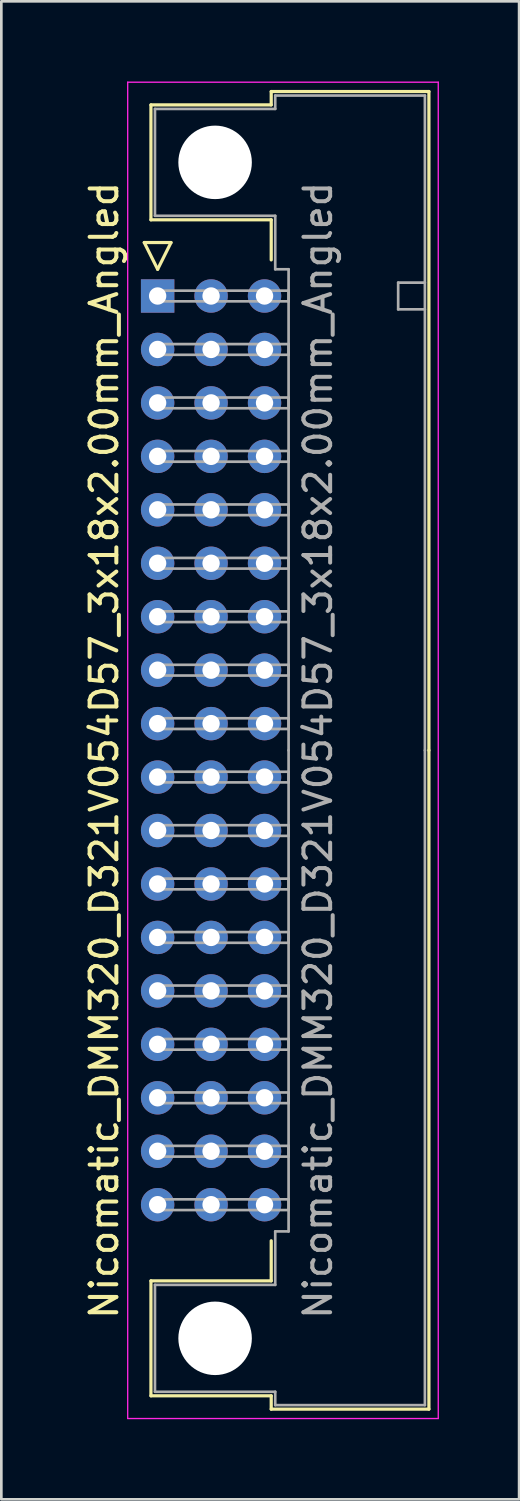
<source format=kicad_pcb>
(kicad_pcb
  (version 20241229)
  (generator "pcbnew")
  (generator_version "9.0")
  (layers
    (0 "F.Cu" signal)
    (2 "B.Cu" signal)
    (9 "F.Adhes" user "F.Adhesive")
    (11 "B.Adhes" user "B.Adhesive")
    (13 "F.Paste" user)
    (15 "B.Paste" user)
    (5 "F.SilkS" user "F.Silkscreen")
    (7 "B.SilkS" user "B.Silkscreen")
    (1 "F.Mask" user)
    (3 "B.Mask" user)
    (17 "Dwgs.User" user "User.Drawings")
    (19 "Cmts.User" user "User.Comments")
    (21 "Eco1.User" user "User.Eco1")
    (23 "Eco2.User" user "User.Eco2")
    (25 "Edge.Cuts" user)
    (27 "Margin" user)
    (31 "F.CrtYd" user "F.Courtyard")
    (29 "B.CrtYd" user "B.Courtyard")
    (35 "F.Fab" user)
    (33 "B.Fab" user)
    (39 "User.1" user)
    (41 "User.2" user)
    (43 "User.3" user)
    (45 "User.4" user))
  (footprint "Nicomatic_DMM320_D321V054D57_3x18x2.00mm_Angled"
    (layer "F.Cu")
    (at 2.848 8.025)
    (property "Reference" "Nicomatic_DMM320_D321V054D57_3x18x2.00mm_Angled" (at -2 17 90) (layer "F.SilkS") (effects (font (size 1 1) (thickness 0.15))))
    (attr through_hole)
    (fp_line (start -0.5 -2) (end 0 -1) (stroke (width 0.12) (type solid)) (layer "F.SilkS"))
    (fp_line (start -0.25 -7.15) (end -0.25 -2.85) (stroke (width 0.12) (type solid)) (layer "F.SilkS"))
    (fp_line (start -0.25 -2.85) (end 4.25 -2.85) (stroke (width 0.12) (type solid)) (layer "F.SilkS"))
    (fp_line (start -0.25 36.85) (end 4.25 36.85) (stroke (width 0.12) (type solid)) (layer "F.SilkS"))
    (fp_line (start -0.25 41.15) (end -0.25 36.85) (stroke (width 0.12) (type solid)) (layer "F.SilkS"))
    (fp_line (start 0 -1) (end 0.5 -2) (stroke (width 0.12) (type solid)) (layer "F.SilkS"))
    (fp_line (start 0.5 -2) (end -0.5 -2) (stroke (width 0.12) (type solid)) (layer "F.SilkS"))
    (fp_line (start 4.25 -7.65) (end 4.25 -7.15) (stroke (width 0.12) (type solid)) (layer "F.SilkS"))
    (fp_line (start 4.25 -7.15) (end -0.25 -7.15) (stroke (width 0.12) (type solid)) (layer "F.SilkS"))
    (fp_line (start 4.25 -2.85) (end 4.25 -1.35) (stroke (width 0.12) (type solid)) (layer "F.SilkS"))
    (fp_line (start 4.25 36.85) (end 4.25 35.35) (stroke (width 0.12) (type solid)) (layer "F.SilkS"))
    (fp_line (start 4.25 41.15) (end -0.25 41.15) (stroke (width 0.12) (type solid)) (layer "F.SilkS"))
    (fp_line (start 4.25 41.65) (end 4.25 41.15) (stroke (width 0.12) (type solid)) (layer "F.SilkS"))
    (fp_line (start 10.15 -7.65) (end 4.25 -7.65) (stroke (width 0.12) (type solid)) (layer "F.SilkS"))
    (fp_line (start 10.15 17) (end 10.15 -7.65) (stroke (width 0.12) (type solid)) (layer "F.SilkS"))
    (fp_line (start 10.15 17) (end 10.15 41.65) (stroke (width 0.12) (type solid)) (layer "F.SilkS"))
    (fp_line (start 10.15 41.65) (end 4.25 41.65) (stroke (width 0.12) (type solid)) (layer "F.SilkS"))
    (fp_line (start -1.12 -8) (end -1.12 42) (stroke (width 0.05) (type solid)) (layer "F.CrtYd"))
    (fp_line (start -1.12 42) (end 10.5 42) (stroke (width 0.05) (type solid)) (layer "F.CrtYd"))
    (fp_line (start 10.5 -8) (end -1.12 -8) (stroke (width 0.05) (type solid)) (layer "F.CrtYd"))
    (fp_line (start 10.5 42) (end 10.5 -8) (stroke (width 0.05) (type solid)) (layer "F.CrtYd"))
    (fp_line (start -0.1 -7) (end -0.1 -3) (stroke (width 0.1) (type solid)) (layer "F.Fab"))
    (fp_line (start -0.1 -3) (end 4.4 -3) (stroke (width 0.1) (type solid)) (layer "F.Fab"))
    (fp_line (start -0.1 37) (end 4.4 37) (stroke (width 0.1) (type solid)) (layer "F.Fab"))
    (fp_line (start -0.1 41) (end -0.1 37) (stroke (width 0.1) (type solid)) (layer "F.Fab"))
    (fp_line (start 0 -0.2) (end 0 0.2) (stroke (width 0.1) (type solid)) (layer "F.Fab"))
    (fp_line (start 0 0.2) (end 4.9 0.2) (stroke (width 0.1) (type solid)) (layer "F.Fab"))
    (fp_line (start 0 1.8) (end 0 2.2) (stroke (width 0.1) (type solid)) (layer "F.Fab"))
    (fp_line (start 0 2.2) (end 4.9 2.2) (stroke (width 0.1) (type solid)) (layer "F.Fab"))
    (fp_line (start 0 3.8) (end 0 4.2) (stroke (width 0.1) (type solid)) (layer "F.Fab"))
    (fp_line (start 0 4.2) (end 4.9 4.2) (stroke (width 0.1) (type solid)) (layer "F.Fab"))
    (fp_line (start 0 5.8) (end 0 6.2) (stroke (width 0.1) (type solid)) (layer "F.Fab"))
    (fp_line (start 0 6.2) (end 4.9 6.2) (stroke (width 0.1) (type solid)) (layer "F.Fab"))
    (fp_line (start 0 7.8) (end 0 8.2) (stroke (width 0.1) (type solid)) (layer "F.Fab"))
    (fp_line (start 0 8.2) (end 4.9 8.2) (stroke (width 0.1) (type solid)) (layer "F.Fab"))
    (fp_line (start 0 9.8) (end 0 10.2) (stroke (width 0.1) (type solid)) (layer "F.Fab"))
    (fp_line (start 0 10.2) (end 4.9 10.2) (stroke (width 0.1) (type solid)) (layer "F.Fab"))
    (fp_line (start 0 11.8) (end 0 12.2) (stroke (width 0.1) (type solid)) (layer "F.Fab"))
    (fp_line (start 0 12.2) (end 4.9 12.2) (stroke (width 0.1) (type solid)) (layer "F.Fab"))
    (fp_line (start 0 13.8) (end 0 14.2) (stroke (width 0.1) (type solid)) (layer "F.Fab"))
    (fp_line (start 0 14.2) (end 4.9 14.2) (stroke (width 0.1) (type solid)) (layer "F.Fab"))
    (fp_line (start 0 15.8) (end 0 16.2) (stroke (width 0.1) (type solid)) (layer "F.Fab"))
    (fp_line (start 0 16.2) (end 4.9 16.2) (stroke (width 0.1) (type solid)) (layer "F.Fab"))
    (fp_line (start 0 17.8) (end 0 18.2) (stroke (width 0.1) (type solid)) (layer "F.Fab"))
    (fp_line (start 0 18.2) (end 4.9 18.2) (stroke (width 0.1) (type solid)) (layer "F.Fab"))
    (fp_line (start 0 19.8) (end 0 20.2) (stroke (width 0.1) (type solid)) (layer "F.Fab"))
    (fp_line (start 0 20.2) (end 4.9 20.2) (stroke (width 0.1) (type solid)) (layer "F.Fab"))
    (fp_line (start 0 21.8) (end 0 22.2) (stroke (width 0.1) (type solid)) (layer "F.Fab"))
    (fp_line (start 0 22.2) (end 4.9 22.2) (stroke (width 0.1) (type solid)) (layer "F.Fab"))
    (fp_line (start 0 23.8) (end 0 24.2) (stroke (width 0.1) (type solid)) (layer "F.Fab"))
    (fp_line (start 0 24.2) (end 4.9 24.2) (stroke (width 0.1) (type solid)) (layer "F.Fab"))
    (fp_line (start 0 25.8) (end 0 26.2) (stroke (width 0.1) (type solid)) (layer "F.Fab"))
    (fp_line (start 0 26.2) (end 4.9 26.2) (stroke (width 0.1) (type solid)) (layer "F.Fab"))
    (fp_line (start 0 27.8) (end 0 28.2) (stroke (width 0.1) (type solid)) (layer "F.Fab"))
    (fp_line (start 0 28.2) (end 4.9 28.2) (stroke (width 0.1) (type solid)) (layer "F.Fab"))
    (fp_line (start 0 29.8) (end 0 30.2) (stroke (width 0.1) (type solid)) (layer "F.Fab"))
    (fp_line (start 0 30.2) (end 4.9 30.2) (stroke (width 0.1) (type solid)) (layer "F.Fab"))
    (fp_line (start 0 31.8) (end 0 32.2) (stroke (width 0.1) (type solid)) (layer "F.Fab"))
    (fp_line (start 0 32.2) (end 4.9 32.2) (stroke (width 0.1) (type solid)) (layer "F.Fab"))
    (fp_line (start 0 33.8) (end 0 34.2) (stroke (width 0.1) (type solid)) (layer "F.Fab"))
    (fp_line (start 0 34.2) (end 4.9 34.2) (stroke (width 0.1) (type solid)) (layer "F.Fab"))
    (fp_line (start 4.4 -7.5) (end 4.4 -7) (stroke (width 0.1) (type solid)) (layer "F.Fab"))
    (fp_line (start 4.4 -7) (end -0.1 -7) (stroke (width 0.1) (type solid)) (layer "F.Fab"))
    (fp_line (start 4.4 -3) (end 4.4 -1) (stroke (width 0.1) (type solid)) (layer "F.Fab"))
    (fp_line (start 4.4 -1) (end 4.9 -1) (stroke (width 0.1) (type solid)) (layer "F.Fab"))
    (fp_line (start 4.4 35) (end 4.9 35) (stroke (width 0.1) (type solid)) (layer "F.Fab"))
    (fp_line (start 4.4 37) (end 4.4 35) (stroke (width 0.1) (type solid)) (layer "F.Fab"))
    (fp_line (start 4.4 41) (end -0.1 41) (stroke (width 0.1) (type solid)) (layer "F.Fab"))
    (fp_line (start 4.4 41.5) (end 4.4 41) (stroke (width 0.1) (type solid)) (layer "F.Fab"))
    (fp_line (start 4.9 -1) (end 4.9 17) (stroke (width 0.1) (type solid)) (layer "F.Fab"))
    (fp_line (start 4.9 -0.2) (end 0 -0.2) (stroke (width 0.1) (type solid)) (layer "F.Fab"))
    (fp_line (start 4.9 0.2) (end 4.9 -0.2) (stroke (width 0.1) (type solid)) (layer "F.Fab"))
    (fp_line (start 4.9 1.8) (end 0 1.8) (stroke (width 0.1) (type solid)) (layer "F.Fab"))
    (fp_line (start 4.9 2.2) (end 4.9 1.8) (stroke (width 0.1) (type solid)) (layer "F.Fab"))
    (fp_line (start 4.9 3.8) (end 0 3.8) (stroke (width 0.1) (type solid)) (layer "F.Fab"))
    (fp_line (start 4.9 4.2) (end 4.9 3.8) (stroke (width 0.1) (type solid)) (layer "F.Fab"))
    (fp_line (start 4.9 5.8) (end 0 5.8) (stroke (width 0.1) (type solid)) (layer "F.Fab"))
    (fp_line (start 4.9 6.2) (end 4.9 5.8) (stroke (width 0.1) (type solid)) (layer "F.Fab"))
    (fp_line (start 4.9 7.8) (end 0 7.8) (stroke (width 0.1) (type solid)) (layer "F.Fab"))
    (fp_line (start 4.9 8.2) (end 4.9 7.8) (stroke (width 0.1) (type solid)) (layer "F.Fab"))
    (fp_line (start 4.9 9.8) (end 0 9.8) (stroke (width 0.1) (type solid)) (layer "F.Fab"))
    (fp_line (start 4.9 10.2) (end 4.9 9.8) (stroke (width 0.1) (type solid)) (layer "F.Fab"))
    (fp_line (start 4.9 11.8) (end 0 11.8) (stroke (width 0.1) (type solid)) (layer "F.Fab"))
    (fp_line (start 4.9 12.2) (end 4.9 11.8) (stroke (width 0.1) (type solid)) (layer "F.Fab"))
    (fp_line (start 4.9 13.8) (end 0 13.8) (stroke (width 0.1) (type solid)) (layer "F.Fab"))
    (fp_line (start 4.9 14.2) (end 4.9 13.8) (stroke (width 0.1) (type solid)) (layer "F.Fab"))
    (fp_line (start 4.9 15.8) (end 0 15.8) (stroke (width 0.1) (type solid)) (layer "F.Fab"))
    (fp_line (start 4.9 16.2) (end 4.9 15.8) (stroke (width 0.1) (type solid)) (layer "F.Fab"))
    (fp_line (start 4.9 17.8) (end 0 17.8) (stroke (width 0.1) (type solid)) (layer "F.Fab"))
    (fp_line (start 4.9 18.2) (end 4.9 17.8) (stroke (width 0.1) (type solid)) (layer "F.Fab"))
    (fp_line (start 4.9 19.8) (end 0 19.8) (stroke (width 0.1) (type solid)) (layer "F.Fab"))
    (fp_line (start 4.9 20.2) (end 4.9 19.8) (stroke (width 0.1) (type solid)) (layer "F.Fab"))
    (fp_line (start 4.9 21.8) (end 0 21.8) (stroke (width 0.1) (type solid)) (layer "F.Fab"))
    (fp_line (start 4.9 22.2) (end 4.9 21.8) (stroke (width 0.1) (type solid)) (layer "F.Fab"))
    (fp_line (start 4.9 23.8) (end 0 23.8) (stroke (width 0.1) (type solid)) (layer "F.Fab"))
    (fp_line (start 4.9 24.2) (end 4.9 23.8) (stroke (width 0.1) (type solid)) (layer "F.Fab"))
    (fp_line (start 4.9 25.8) (end 0 25.8) (stroke (width 0.1) (type solid)) (layer "F.Fab"))
    (fp_line (start 4.9 26.2) (end 4.9 25.8) (stroke (width 0.1) (type solid)) (layer "F.Fab"))
    (fp_line (start 4.9 27.8) (end 0 27.8) (stroke (width 0.1) (type solid)) (layer "F.Fab"))
    (fp_line (start 4.9 28.2) (end 4.9 27.8) (stroke (width 0.1) (type solid)) (layer "F.Fab"))
    (fp_line (start 4.9 29.8) (end 0 29.8) (stroke (width 0.1) (type solid)) (layer "F.Fab"))
    (fp_line (start 4.9 30.2) (end 4.9 29.8) (stroke (width 0.1) (type solid)) (layer "F.Fab"))
    (fp_line (start 4.9 31.8) (end 0 31.8) (stroke (width 0.1) (type solid)) (layer "F.Fab"))
    (fp_line (start 4.9 32.2) (end 4.9 31.8) (stroke (width 0.1) (type solid)) (layer "F.Fab"))
    (fp_line (start 4.9 33.8) (end 0 33.8) (stroke (width 0.1) (type solid)) (layer "F.Fab"))
    (fp_line (start 4.9 34.2) (end 4.9 33.8) (stroke (width 0.1) (type solid)) (layer "F.Fab"))
    (fp_line (start 4.9 35) (end 4.9 17) (stroke (width 0.1) (type solid)) (layer "F.Fab"))
    (fp_line (start 9 -0.5) (end 9 0.5) (stroke (width 0.1) (type solid)) (layer "F.Fab"))
    (fp_line (start 9 0.5) (end 10 0.5) (stroke (width 0.1) (type solid)) (layer "F.Fab"))
    (fp_line (start 10 -7.5) (end 4.4 -7.5) (stroke (width 0.1) (type solid)) (layer "F.Fab"))
    (fp_line (start 10 -0.5) (end 9 -0.5) (stroke (width 0.1) (type solid)) (layer "F.Fab"))
    (fp_line (start 10 17) (end 10 -7.5) (stroke (width 0.1) (type solid)) (layer "F.Fab"))
    (fp_line (start 10 17) (end 10 41.5) (stroke (width 0.1) (type solid)) (layer "F.Fab"))
    (fp_line (start 10 41.5) (end 4.4 41.5) (stroke (width 0.1) (type solid)) (layer "F.Fab"))
    (fp_text user "${REFERENCE}" (at 6 17 90) (layer "F.Fab") (effects (font (size 1 1) (thickness 0.15))))
    (pad "" np_thru_hole circle (at 2.15 -5) (size 2.75 2.75) (drill 2.75) (layers "*.Cu" "*.Mask"))
    (pad "" np_thru_hole circle (at 2.15 39) (size 2.75 2.75) (drill 2.75) (layers "*.Cu" "*.Mask"))
    (pad "1" thru_hole rect (at 0 0) (size 1.25 1.25) (drill 0.65) (layers "*.Cu" "*.Mask"))
    (pad "2" thru_hole oval (at 0 2) (size 1.25 1.25) (drill 0.65) (layers "*.Cu" "*.Mask"))
    (pad "3" thru_hole oval (at 0 4) (size 1.25 1.25) (drill 0.65) (layers "*.Cu" "*.Mask"))
    (pad "4" thru_hole oval (at 0 6) (size 1.25 1.25) (drill 0.65) (layers "*.Cu" "*.Mask"))
    (pad "5" thru_hole oval (at 0 8) (size 1.25 1.25) (drill 0.65) (layers "*.Cu" "*.Mask"))
    (pad "6" thru_hole oval (at 0 10) (size 1.25 1.25) (drill 0.65) (layers "*.Cu" "*.Mask"))
    (pad "7" thru_hole oval (at 0 12) (size 1.25 1.25) (drill 0.65) (layers "*.Cu" "*.Mask"))
    (pad "8" thru_hole oval (at 0 14) (size 1.25 1.25) (drill 0.65) (layers "*.Cu" "*.Mask"))
    (pad "9" thru_hole oval (at 0 16) (size 1.25 1.25) (drill 0.65) (layers "*.Cu" "*.Mask"))
    (pad "10" thru_hole oval (at 0 18) (size 1.25 1.25) (drill 0.65) (layers "*.Cu" "*.Mask"))
    (pad "11" thru_hole oval (at 0 20) (size 1.25 1.25) (drill 0.65) (layers "*.Cu" "*.Mask"))
    (pad "12" thru_hole oval (at 0 22) (size 1.25 1.25) (drill 0.65) (layers "*.Cu" "*.Mask"))
    (pad "13" thru_hole oval (at 0 24) (size 1.25 1.25) (drill 0.65) (layers "*.Cu" "*.Mask"))
    (pad "14" thru_hole oval (at 0 26) (size 1.25 1.25) (drill 0.65) (layers "*.Cu" "*.Mask"))
    (pad "15" thru_hole oval (at 0 28) (size 1.25 1.25) (drill 0.65) (layers "*.Cu" "*.Mask"))
    (pad "16" thru_hole oval (at 0 30) (size 1.25 1.25) (drill 0.65) (layers "*.Cu" "*.Mask"))
    (pad "17" thru_hole oval (at 0 32) (size 1.25 1.25) (drill 0.65) (layers "*.Cu" "*.Mask"))
    (pad "18" thru_hole oval (at 0 34) (size 1.25 1.25) (drill 0.65) (layers "*.Cu" "*.Mask"))
    (pad "19" thru_hole oval (at 2 0) (size 1.25 1.25) (drill 0.65) (layers "*.Cu" "*.Mask"))
    (pad "20" thru_hole oval (at 2 2) (size 1.25 1.25) (drill 0.65) (layers "*.Cu" "*.Mask"))
    (pad "21" thru_hole oval (at 2 4) (size 1.25 1.25) (drill 0.65) (layers "*.Cu" "*.Mask"))
    (pad "22" thru_hole oval (at 2 6) (size 1.25 1.25) (drill 0.65) (layers "*.Cu" "*.Mask"))
    (pad "23" thru_hole oval (at 2 8) (size 1.25 1.25) (drill 0.65) (layers "*.Cu" "*.Mask"))
    (pad "24" thru_hole oval (at 2 10) (size 1.25 1.25) (drill 0.65) (layers "*.Cu" "*.Mask"))
    (pad "25" thru_hole oval (at 2 12) (size 1.25 1.25) (drill 0.65) (layers "*.Cu" "*.Mask"))
    (pad "26" thru_hole oval (at 2 14) (size 1.25 1.25) (drill 0.65) (layers "*.Cu" "*.Mask"))
    (pad "27" thru_hole oval (at 2 16) (size 1.25 1.25) (drill 0.65) (layers "*.Cu" "*.Mask"))
    (pad "28" thru_hole oval (at 2 18) (size 1.25 1.25) (drill 0.65) (layers "*.Cu" "*.Mask"))
    (pad "29" thru_hole oval (at 2 20) (size 1.25 1.25) (drill 0.65) (layers "*.Cu" "*.Mask"))
    (pad "30" thru_hole oval (at 2 22) (size 1.25 1.25) (drill 0.65) (layers "*.Cu" "*.Mask"))
    (pad "31" thru_hole oval (at 2 24) (size 1.25 1.25) (drill 0.65) (layers "*.Cu" "*.Mask"))
    (pad "32" thru_hole oval (at 2 26) (size 1.25 1.25) (drill 0.65) (layers "*.Cu" "*.Mask"))
    (pad "33" thru_hole oval (at 2 28) (size 1.25 1.25) (drill 0.65) (layers "*.Cu" "*.Mask"))
    (pad "34" thru_hole oval (at 2 30) (size 1.25 1.25) (drill 0.65) (layers "*.Cu" "*.Mask"))
    (pad "35" thru_hole oval (at 2 32) (size 1.25 1.25) (drill 0.65) (layers "*.Cu" "*.Mask"))
    (pad "36" thru_hole oval (at 2 34) (size 1.25 1.25) (drill 0.65) (layers "*.Cu" "*.Mask"))
    (pad "37" thru_hole oval (at 4 0) (size 1.25 1.25) (drill 0.65) (layers "*.Cu" "*.Mask"))
    (pad "38" thru_hole oval (at 4 2) (size 1.25 1.25) (drill 0.65) (layers "*.Cu" "*.Mask"))
    (pad "39" thru_hole oval (at 4 4) (size 1.25 1.25) (drill 0.65) (layers "*.Cu" "*.Mask"))
    (pad "40" thru_hole oval (at 4 6) (size 1.25 1.25) (drill 0.65) (layers "*.Cu" "*.Mask"))
    (pad "41" thru_hole oval (at 4 8) (size 1.25 1.25) (drill 0.65) (layers "*.Cu" "*.Mask"))
    (pad "42" thru_hole oval (at 4 10) (size 1.25 1.25) (drill 0.65) (layers "*.Cu" "*.Mask"))
    (pad "43" thru_hole oval (at 4 12) (size 1.25 1.25) (drill 0.65) (layers "*.Cu" "*.Mask"))
    (pad "44" thru_hole oval (at 4 14) (size 1.25 1.25) (drill 0.65) (layers "*.Cu" "*.Mask"))
    (pad "45" thru_hole oval (at 4 16) (size 1.25 1.25) (drill 0.65) (layers "*.Cu" "*.Mask"))
    (pad "46" thru_hole oval (at 4 18) (size 1.25 1.25) (drill 0.65) (layers "*.Cu" "*.Mask"))
    (pad "47" thru_hole oval (at 4 20) (size 1.25 1.25) (drill 0.65) (layers "*.Cu" "*.Mask"))
    (pad "48" thru_hole oval (at 4 22) (size 1.25 1.25) (drill 0.65) (layers "*.Cu" "*.Mask"))
    (pad "49" thru_hole oval (at 4 24) (size 1.25 1.25) (drill 0.65) (layers "*.Cu" "*.Mask"))
    (pad "50" thru_hole oval (at 4 26) (size 1.25 1.25) (drill 0.65) (layers "*.Cu" "*.Mask"))
    (pad "51" thru_hole oval (at 4 28) (size 1.25 1.25) (drill 0.65) (layers "*.Cu" "*.Mask"))
    (pad "52" thru_hole oval (at 4 30) (size 1.25 1.25) (drill 0.65) (layers "*.Cu" "*.Mask"))
    (pad "53" thru_hole oval (at 4 32) (size 1.25 1.25) (drill 0.65) (layers "*.Cu" "*.Mask"))
    (pad "54" thru_hole oval (at 4 34) (size 1.25 1.25) (drill 0.65) (layers "*.Cu" "*.Mask")))
  (gr_rect
    (start -3 -3)
    (end 16.373 53.05)
    (stroke (width 0.1) (type default))
    (fill no)
    (layer "Edge.Cuts")))
</source>
